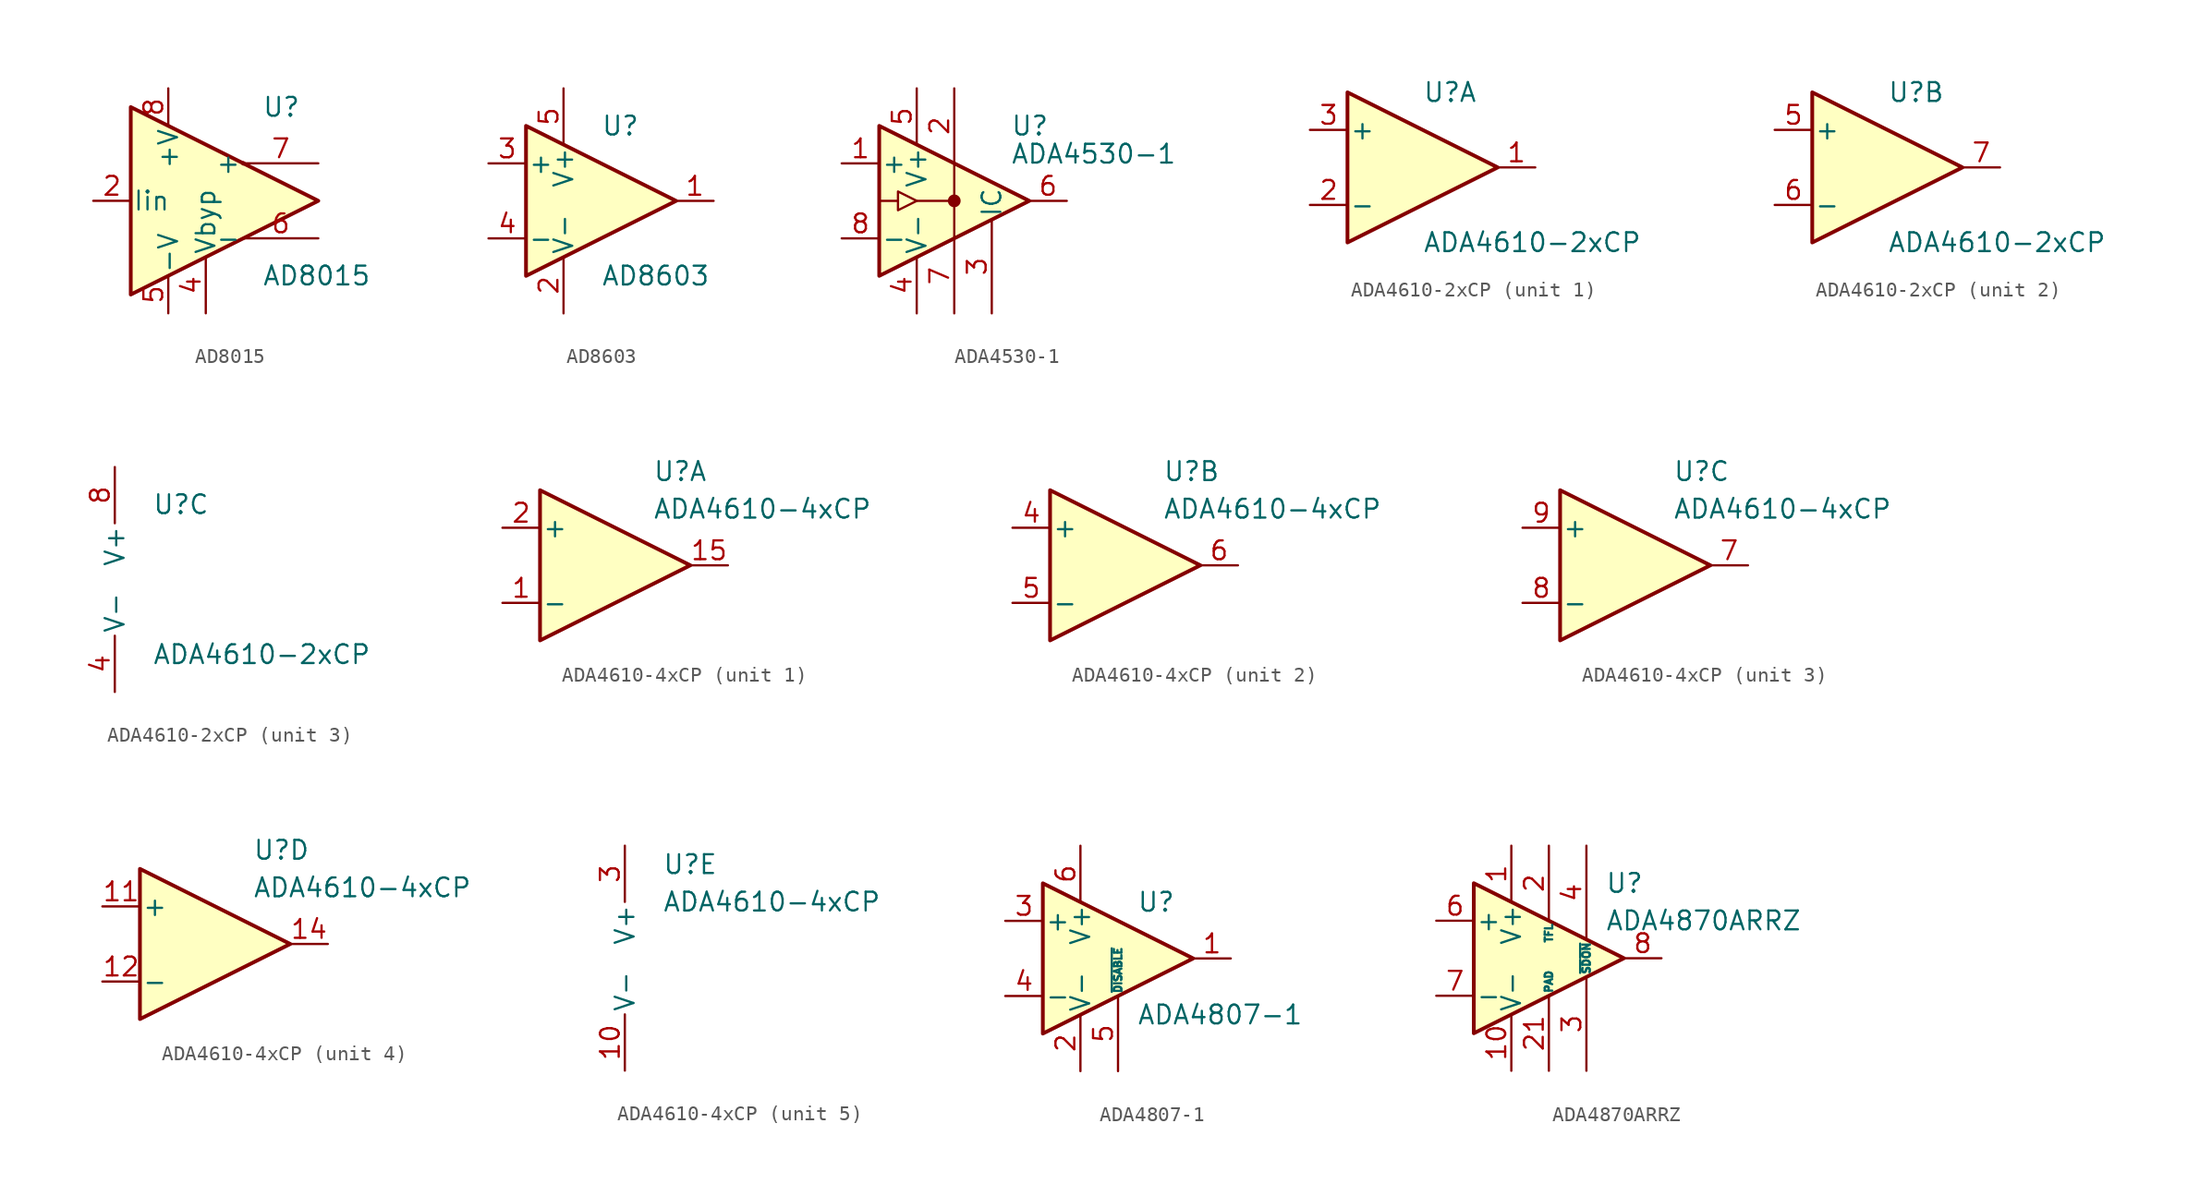
<source format=kicad_sym>
(kicad_symbol_lib
  (version 20231120)
  (generator "kicad_symbol_editor")
  (generator_version "8.0")
  (symbol "AD8015"
    (pin_names
      (offset 0.127))
    (property "Reference" "U"
      (at 3.81 6.35 0)
      (effects (font (size 1.27 1.27)) (justify left)))
    (property "Value" "AD8015"
      (at 3.81 -5.08 0)
      (effects (font (size 1.27 1.27)) (justify left)))
    (symbol "AD8015_0_1"
      (polyline (pts (xy -5.08 6.35) (xy -5.08 -6.35) (xy 7.62 0) (xy -5.08 6.35)) (stroke (width 0.254) (type default)) (fill (type background)))
      (circle (center 2.54 2.54) (radius 0.0001) (stroke (width 0) (type default)) (fill (type none))))
    (symbol "AD8015_1_1"
      (pin no_connect line (at -5.08 2.54 0) (length 2.54) hide (name "NC" (effects (font (size 1.27 1.27)))) (number "1" (effects (font (size 1.27 1.27)))))
      (pin input line (at -7.62 0 0) (length 2.54) (name "Iin" (effects (font (size 1.27 1.27)))) (number "2" (effects (font (size 1.27 1.27)))))
      (pin no_connect line (at -5.08 -2.54 0) (length 2.54) hide (name "NC" (effects (font (size 1.27 1.27)))) (number "3" (effects (font (size 1.27 1.27)))))
      (pin input line (at 0 -7.62 90) (length 3.81) (name "Vbyp" (effects (font (size 1.27 1.27)))) (number "4" (effects (font (size 1.27 1.27)))))
      (pin power_in line (at -2.54 -7.62 90) (length 2.54) (name "-V" (effects (font (size 1.27 1.27)))) (number "5" (effects (font (size 1.27 1.27)))))
      (pin output line (at 7.62 -2.54 180) (length 5.08) (name "-" (effects (font (size 1.27 1.27)))) (number "6" (effects (font (size 1.27 1.27)))))
      (pin output line (at 7.62 2.54 180) (length 5.08) (name "+" (effects (font (size 1.27 1.27)))) (number "7" (effects (font (size 1.27 1.27)))))
      (pin power_in line (at -2.54 7.62 270) (length 2.54) (name "+V" (effects (font (size 1.27 1.27)))) (number "8" (effects (font (size 1.27 1.27)))))))
  (symbol "AD8603"
    (pin_names
      (offset 0.127))
    (property "Reference" "U"
      (at 0 5.08 0)
      (effects (font (size 1.27 1.27)) (justify left)))
    (property "Value" "AD8603"
      (at 0 -5.08 0)
      (effects (font (size 1.27 1.27)) (justify left)))
    (symbol "AD8603_0_1"
      (polyline (pts (xy -5.08 5.08) (xy 5.08 0) (xy -5.08 -5.08) (xy -5.08 5.08)) (stroke (width 0.254) (type default)) (fill (type background)))
      (pin power_in line (at -2.54 -7.62 90) (length 3.81) (name "V-" (effects (font (size 1.27 1.27)))) (number "2" (effects (font (size 1.27 1.27)))))
      (pin power_in line (at -2.54 7.62 270) (length 3.81) (name "V+" (effects (font (size 1.27 1.27)))) (number "5" (effects (font (size 1.27 1.27))))))
    (symbol "AD8603_1_1"
      (pin output line (at 7.62 0 180) (length 2.54) (name "~" (effects (font (size 1.27 1.27)))) (number "1" (effects (font (size 1.27 1.27)))))
      (pin input line (at -7.62 2.54 0) (length 2.54) (name "+" (effects (font (size 1.27 1.27)))) (number "3" (effects (font (size 1.27 1.27)))))
      (pin input line (at -7.62 -2.54 0) (length 2.54) (name "-" (effects (font (size 1.27 1.27)))) (number "4" (effects (font (size 1.27 1.27)))))))
  (symbol "ADA4530-1"
    (pin_names
      (offset 0.127))
    (property "Reference" "U"
      (at 3.81 5.08 0)
      (effects (font (size 1.27 1.27)) (justify left)))
    (property "Value" "ADA4530-1"
      (at 3.81 3.175 0)
      (effects (font (size 1.27 1.27)) (justify left)))
    (symbol "ADA4530-1_0_1"
      (polyline (pts (xy -3.81 0) (xy -5.08 0)) (stroke (width 0) (type default)) (fill (type none)))
      (polyline (pts (xy -2.54 0) (xy 0 0)) (stroke (width 0) (type default)) (fill (type none)))
      (polyline (pts (xy 0 2.54) (xy 0 -2.54)) (stroke (width 0) (type default)) (fill (type none)))
      (polyline (pts (xy -5.08 5.08) (xy 5.08 0) (xy -5.08 -5.08) (xy -5.08 5.08)) (stroke (width 0.254) (type default)) (fill (type background)))
      (polyline (pts (xy -3.81 -0.635) (xy -3.81 0.635) (xy -2.54 0) (xy -3.81 -0.635)) (stroke (width 0) (type default)) (fill (type none)))
      (circle (center 0 0) (radius 0.356) (stroke (width 0) (type default)) (fill (type outline))))
    (symbol "ADA4530-1_1_1"
      (pin input line (at -7.62 2.54 0) (length 2.54) (name "+" (effects (font (size 1.27 1.27)))) (number "1" (effects (font (size 1.27 1.27)))))
      (pin passive line (at 0 7.62 270) (length 5.08) (name "~" (effects (font (size 1.27 1.27)))) (number "2" (effects (font (size 1.27 1.27)))))
      (pin passive line (at 2.54 -7.62 90) (length 6.35) (name "IC" (effects (font (size 1.27 1.27)))) (number "3" (effects (font (size 1.27 1.27)))))
      (pin power_in line (at -2.54 -7.62 90) (length 3.81) (name "V-" (effects (font (size 1.27 1.27)))) (number "4" (effects (font (size 1.27 1.27)))))
      (pin power_in line (at -2.54 7.62 270) (length 3.81) (name "V+" (effects (font (size 1.27 1.27)))) (number "5" (effects (font (size 1.27 1.27)))))
      (pin output line (at 7.62 0 180) (length 2.54) (name "~" (effects (font (size 1.27 1.27)))) (number "6" (effects (font (size 1.27 1.27)))))
      (pin passive line (at 0 -7.62 90) (length 5.08) (name "~" (effects (font (size 1.27 1.27)))) (number "7" (effects (font (size 1.27 1.27)))))
      (pin input line (at -7.62 -2.54 0) (length 2.54) (name "-" (effects (font (size 1.27 1.27)))) (number "8" (effects (font (size 1.27 1.27)))))))
  (symbol "ADA4610-2xCP"
    (pin_names
      (offset 0.127))
    (property "Reference" "U"
      (at 0 5.08 0)
      (effects (font (size 1.27 1.27)) (justify left)))
    (property "Value" "ADA4610-2xCP"
      (at 0 -5.08 0)
      (effects (font (size 1.27 1.27)) (justify left)))
    (property "ki_locked" ""
      (at 0 0 0)
      (effects (font (size 1.27 1.27))))
    (symbol "ADA4610-2xCP_1_1"
      (polyline (pts (xy -5.08 5.08) (xy 5.08 0) (xy -5.08 -5.08) (xy -5.08 5.08)) (stroke (width 0.254) (type default)) (fill (type background)))
      (pin output line (at 7.62 0 180) (length 2.54) (name "~" (effects (font (size 1.27 1.27)))) (number "1" (effects (font (size 1.27 1.27)))))
      (pin input line (at -7.62 -2.54 0) (length 2.54) (name "-" (effects (font (size 1.27 1.27)))) (number "2" (effects (font (size 1.27 1.27)))))
      (pin input line (at -7.62 2.54 0) (length 2.54) (name "+" (effects (font (size 1.27 1.27)))) (number "3" (effects (font (size 1.27 1.27))))))
    (symbol "ADA4610-2xCP_2_1"
      (polyline (pts (xy -5.08 5.08) (xy 5.08 0) (xy -5.08 -5.08) (xy -5.08 5.08)) (stroke (width 0.254) (type default)) (fill (type background)))
      (pin input line (at -7.62 2.54 0) (length 2.54) (name "+" (effects (font (size 1.27 1.27)))) (number "5" (effects (font (size 1.27 1.27)))))
      (pin input line (at -7.62 -2.54 0) (length 2.54) (name "-" (effects (font (size 1.27 1.27)))) (number "6" (effects (font (size 1.27 1.27)))))
      (pin output line (at 7.62 0 180) (length 2.54) (name "~" (effects (font (size 1.27 1.27)))) (number "7" (effects (font (size 1.27 1.27))))))
    (symbol "ADA4610-2xCP_3_1"
      (pin power_in line (at -2.54 -7.62 90) (length 3.81) (name "V-" (effects (font (size 1.27 1.27)))) (number "4" (effects (font (size 1.27 1.27)))))
      (pin power_in line (at -2.54 7.62 270) (length 3.81) (name "V+" (effects (font (size 1.27 1.27)))) (number "8" (effects (font (size 1.27 1.27)))))
      (pin passive line (at -2.54 -7.62 90) (length 3.81) hide (name "V-" (effects (font (size 1.27 1.27)))) (number "9" (effects (font (size 1.27 1.27)))))))
  (symbol "ADA4610-4xCP"
    (pin_names
      (offset 0.127))
    (property "Reference" "U"
      (at 2.54 6.35 0)
      (effects (font (size 1.27 1.27)) (justify left)))
    (property "Value" "ADA4610-4xCP"
      (at 2.54 3.81 0)
      (effects (font (size 1.27 1.27)) (justify left)))
    (property "ki_locked" ""
      (at 0 0 0)
      (effects (font (size 1.27 1.27))))
    (symbol "ADA4610-4xCP_1_1"
      (polyline (pts (xy 5.08 0) (xy -5.08 5.08) (xy -5.08 -5.08) (xy 5.08 0)) (stroke (width 0.254) (type default)) (fill (type background)))
      (pin input line (at -7.62 -2.54 0) (length 2.54) (name "-" (effects (font (size 1.27 1.27)))) (number "1" (effects (font (size 1.27 1.27)))))
      (pin no_connect line (at 0 2.54 270) (length 2.54) hide (name "NIC" (effects (font (size 1.27 1.27)))) (number "13" (effects (font (size 1.27 1.27)))))
      (pin output line (at 7.62 0 180) (length 2.54) (name "~" (effects (font (size 1.27 1.27)))) (number "15" (effects (font (size 1.27 1.27)))))
      (pin no_connect line (at 0 -2.54 90) (length 2.54) hide (name "NIC" (effects (font (size 1.27 1.27)))) (number "16" (effects (font (size 1.27 1.27)))))
      (pin input line (at -7.62 2.54 0) (length 2.54) (name "+" (effects (font (size 1.27 1.27)))) (number "2" (effects (font (size 1.27 1.27))))))
    (symbol "ADA4610-4xCP_2_1"
      (polyline (pts (xy -5.08 5.08) (xy -5.08 -5.08) (xy 5.08 0) (xy -5.08 5.08)) (stroke (width 0.254) (type default)) (fill (type background)))
      (pin input line (at -7.62 2.54 0) (length 2.54) (name "+" (effects (font (size 1.27 1.27)))) (number "4" (effects (font (size 1.27 1.27)))))
      (pin input line (at -7.62 -2.54 0) (length 2.54) (name "-" (effects (font (size 1.27 1.27)))) (number "5" (effects (font (size 1.27 1.27)))))
      (pin output line (at 7.62 0 180) (length 2.54) (name "~" (effects (font (size 1.27 1.27)))) (number "6" (effects (font (size 1.27 1.27))))))
    (symbol "ADA4610-4xCP_3_1"
      (polyline (pts (xy 5.08 0) (xy -5.08 5.08) (xy -5.08 -5.08) (xy 5.08 0)) (stroke (width 0.254) (type default)) (fill (type background)))
      (pin output line (at 7.62 0 180) (length 2.54) (name "~" (effects (font (size 1.27 1.27)))) (number "7" (effects (font (size 1.27 1.27)))))
      (pin input line (at -7.62 -2.54 0) (length 2.54) (name "-" (effects (font (size 1.27 1.27)))) (number "8" (effects (font (size 1.27 1.27)))))
      (pin input line (at -7.62 2.54 0) (length 2.54) (name "+" (effects (font (size 1.27 1.27)))) (number "9" (effects (font (size 1.27 1.27))))))
    (symbol "ADA4610-4xCP_4_1"
      (polyline (pts (xy -5.08 5.08) (xy 5.08 0) (xy -5.08 -5.08) (xy -5.08 5.08)) (stroke (width 0.254) (type default)) (fill (type background)))
      (pin input line (at -7.62 2.54 0) (length 2.54) (name "+" (effects (font (size 1.27 1.27)))) (number "11" (effects (font (size 1.27 1.27)))))
      (pin input line (at -7.62 -2.54 0) (length 2.54) (name "-" (effects (font (size 1.27 1.27)))) (number "12" (effects (font (size 1.27 1.27)))))
      (pin output line (at 7.62 0 180) (length 2.54) (name "~" (effects (font (size 1.27 1.27)))) (number "14" (effects (font (size 1.27 1.27))))))
    (symbol "ADA4610-4xCP_5_1"
      (pin power_in line (at 0 -7.62 90) (length 3.81) (name "V-" (effects (font (size 1.27 1.27)))) (number "10" (effects (font (size 1.27 1.27)))))
      (pin passive line (at 0 -7.62 90) (length 3.81) hide (name "V-" (effects (font (size 1.27 1.27)))) (number "17" (effects (font (size 1.27 1.27)))))
      (pin power_in line (at 0 7.62 270) (length 3.81) (name "V+" (effects (font (size 1.27 1.27)))) (number "3" (effects (font (size 1.27 1.27)))))))
  (symbol "ADA4807-1"
    (pin_names
      (offset 0.127))
    (property "Reference" "U"
      (at 1.27 3.81 0)
      (effects (font (size 1.27 1.27)) (justify left)))
    (property "Value" "ADA4807-1"
      (at 1.27 -3.81 0)
      (effects (font (size 1.27 1.27)) (justify left)))
    (symbol "ADA4807-1_0_1"
      (polyline (pts (xy -5.08 5.08) (xy 5.08 0) (xy -5.08 -5.08) (xy -5.08 5.08)) (stroke (width 0.254) (type default)) (fill (type background))))
    (symbol "ADA4807-1_1_1"
      (pin output line (at 7.62 0 180) (length 2.54) (name "~" (effects (font (size 1.27 1.27)))) (number "1" (effects (font (size 1.27 1.27)))))
      (pin power_in line (at -2.54 -7.62 90) (length 3.81) (name "V-" (effects (font (size 1.27 1.27)))) (number "2" (effects (font (size 1.27 1.27)))))
      (pin input line (at -7.62 2.54 0) (length 2.54) (name "+" (effects (font (size 1.27 1.27)))) (number "3" (effects (font (size 1.27 1.27)))))
      (pin input line (at -7.62 -2.54 0) (length 2.54) (name "-" (effects (font (size 1.27 1.27)))) (number "4" (effects (font (size 1.27 1.27)))))
      (pin input line (at 0 -7.62 90) (length 5.08) (name "~{DISABLE}" (effects (font (size 0.508 0.508)))) (number "5" (effects (font (size 1.27 1.27)))))
      (pin power_in line (at -2.54 7.62 270) (length 3.81) (name "V+" (effects (font (size 1.27 1.27)))) (number "6" (effects (font (size 1.27 1.27)))))))
  (symbol "ADA4870ARRZ"
    (pin_names
      (offset 0.127))
    (property "Reference" "U"
      (at 3.81 5.08 0)
      (effects (font (size 1.27 1.27)) (justify left)))
    (property "Value" "ADA4870ARRZ"
      (at 3.81 2.54 0)
      (effects (font (size 1.27 1.27)) (justify left)))
    (symbol "ADA4870ARRZ_0_1"
      (polyline (pts (xy -5.08 5.08) (xy 5.08 0) (xy -5.08 -5.08) (xy -5.08 5.08)) (stroke (width 0.254) (type default)) (fill (type background))))
    (symbol "ADA4870ARRZ_1_1"
      (pin power_in line (at -2.54 7.62 270) (length 3.81) (name "V+" (effects (font (size 1.27 1.27)))) (number "1" (effects (font (size 1.27 1.27)))))
      (pin power_in line (at -2.54 -7.62 90) (length 3.81) (name "V-" (effects (font (size 1.27 1.27)))) (number "10" (effects (font (size 1.27 1.27)))))
      (pin passive line (at -2.54 -7.62 90) (length 3.81) hide (name "V-" (effects (font (size 1.27 1.27)))) (number "11" (effects (font (size 1.27 1.27)))))
      (pin passive line (at -2.54 -7.62 90) (length 3.81) hide (name "V-" (effects (font (size 1.27 1.27)))) (number "12" (effects (font (size 1.27 1.27)))))
      (pin passive line (at -2.54 -7.62 90) (length 3.81) hide (name "V-" (effects (font (size 1.27 1.27)))) (number "13" (effects (font (size 1.27 1.27)))))
      (pin passive line (at 7.62 0 180) (length 2.54) hide (name "~" (effects (font (size 1.27 1.27)))) (number "14" (effects (font (size 1.27 1.27)))))
      (pin passive line (at 7.62 0 180) (length 2.54) hide (name "~" (effects (font (size 1.27 1.27)))) (number "15" (effects (font (size 1.27 1.27)))))
      (pin passive line (at 7.62 0 180) (length 2.54) hide (name "~" (effects (font (size 1.27 1.27)))) (number "16" (effects (font (size 1.27 1.27)))))
      (pin passive line (at 7.62 0 180) (length 2.54) hide (name "~" (effects (font (size 1.27 1.27)))) (number "17" (effects (font (size 1.27 1.27)))))
      (pin passive line (at -2.54 7.62 270) (length 3.81) hide (name "V+" (effects (font (size 1.27 1.27)))) (number "18" (effects (font (size 1.27 1.27)))))
      (pin passive line (at -2.54 7.62 270) (length 3.81) hide (name "V+" (effects (font (size 1.27 1.27)))) (number "19" (effects (font (size 1.27 1.27)))))
      (pin passive line (at 0 7.62 270) (length 5.08) (name "TFL" (effects (font (size 0.508 0.508)))) (number "2" (effects (font (size 1.27 1.27)))))
      (pin passive line (at -2.54 7.62 270) (length 3.81) hide (name "V+" (effects (font (size 1.27 1.27)))) (number "20" (effects (font (size 1.27 1.27)))))
      (pin passive line (at 0 -7.62 90) (length 5.08) (name "PAD" (effects (font (size 0.508 0.508)))) (number "21" (effects (font (size 1.27 1.27)))))
      (pin input line (at 2.54 -7.62 90) (length 6.35) (name "~{SD}" (effects (font (size 0.508 0.508)))) (number "3" (effects (font (size 1.27 1.27)))))
      (pin input line (at 2.54 7.62 270) (length 6.35) (name "~{ON}" (effects (font (size 0.508 0.508)))) (number "4" (effects (font (size 1.27 1.27)))))
      (pin no_connect line (at -5.08 -5.08 90) (length 2.54) hide (name "NC" (effects (font (size 1.27 1.27)))) (number "5" (effects (font (size 1.27 1.27)))))
      (pin input line (at -7.62 2.54 0) (length 2.54) (name "+" (effects (font (size 1.27 1.27)))) (number "6" (effects (font (size 1.27 1.27)))))
      (pin input line (at -7.62 -2.54 0) (length 2.54) (name "-" (effects (font (size 1.27 1.27)))) (number "7" (effects (font (size 1.27 1.27)))))
      (pin output line (at 7.62 0 180) (length 2.54) (name "~" (effects (font (size 1.27 1.27)))) (number "8" (effects (font (size 1.27 1.27)))))
      (pin no_connect line (at -5.08 5.08 270) (length 2.54) hide (name "NC" (effects (font (size 1.27 1.27)))) (number "9" (effects (font (size 1.27 1.27))))))))
</source>
